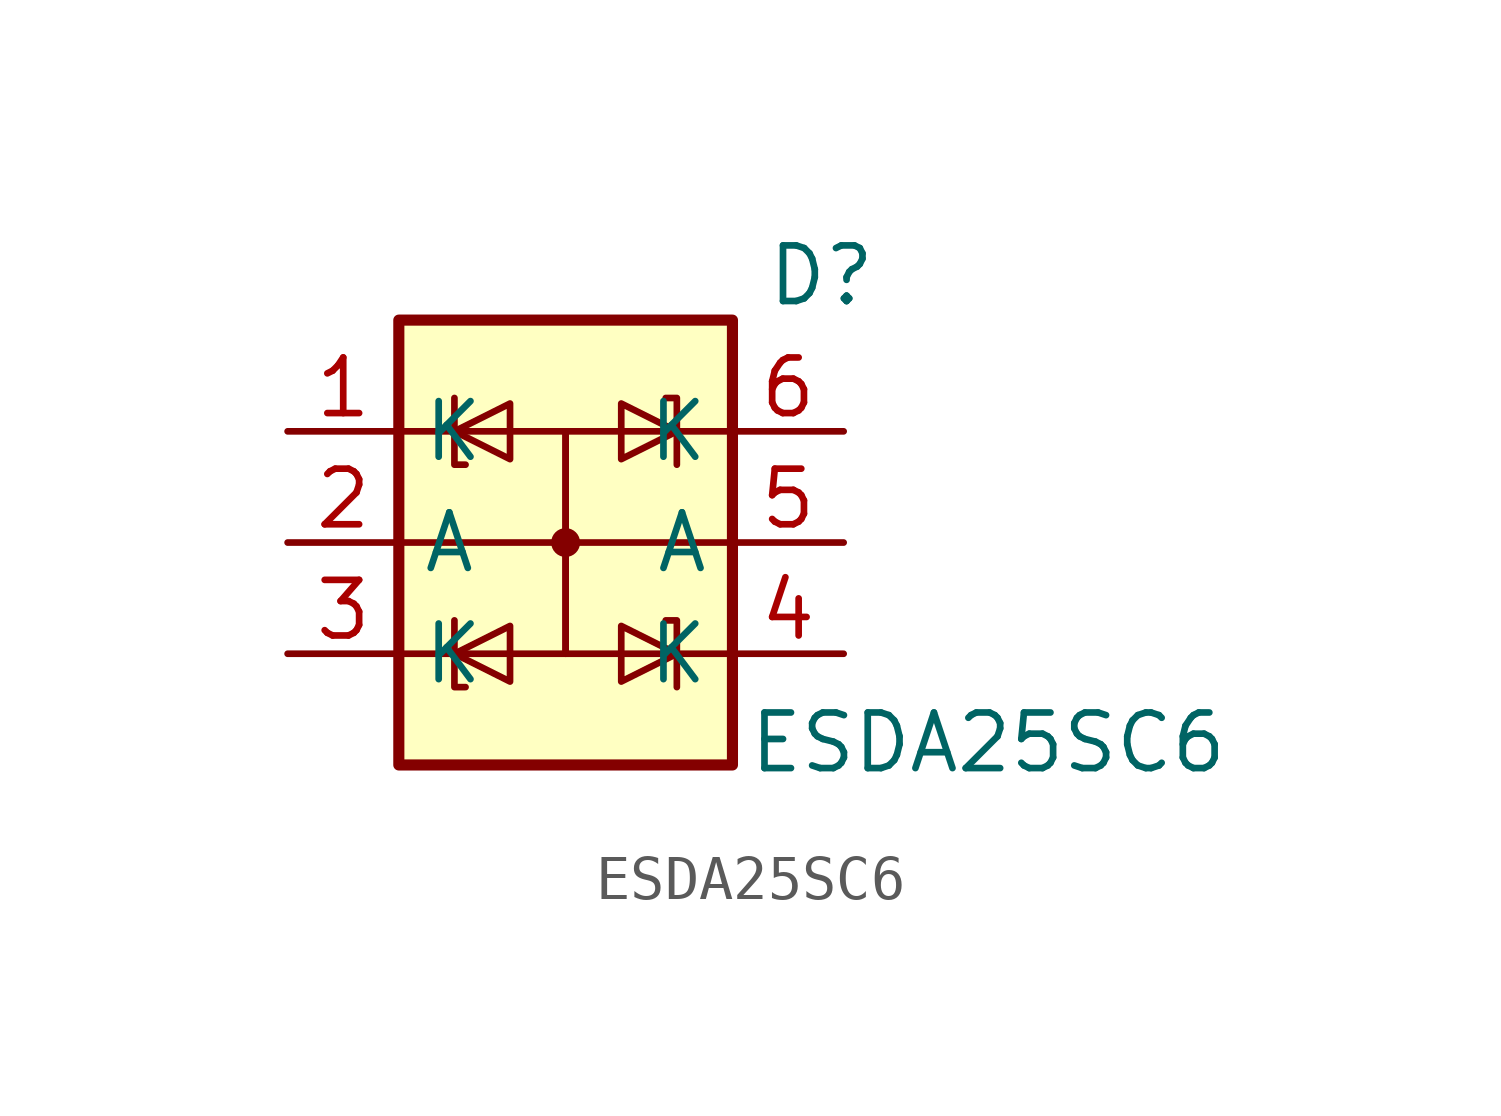
<source format=kicad_sym>
(kicad_symbol_lib
  (version 20231120)
  (generator "kicad_symbol_editor")
  (generator_version "8.0")
  (symbol "ESDA25SC6"
    (property "Reference" "D"
      (at 5.842 1.016 0)
      (effects (font (size 1.27 1.27))))
    (property "Value" "ESDA25SC6"
      (at 9.652 -9.652 0)
      (effects (font (size 1.27 1.27))))
    (symbol "ESDA25SC6_0_1"
      (rectangle (start -3.81 0) (end 3.81 -10.16) (stroke (width 0.254) (type default)) (fill (type background)))
      (circle (center 0 -5.08) (radius 0.254) (stroke (width 0) (type default)) (fill (type outline)))
      (polyline (pts (xy -3.81 -7.62) (xy -2.54 -7.62)) (stroke (width 0) (type default)) (fill (type none)))
      (polyline (pts (xy -3.81 -5.08) (xy 0 -5.08)) (stroke (width 0) (type default)) (fill (type none)))
      (polyline (pts (xy -3.81 -2.54) (xy -2.54 -2.54)) (stroke (width 0) (type default)) (fill (type none)))
      (polyline (pts (xy 3.81 -7.62) (xy 2.54 -7.62)) (stroke (width 0) (type default)) (fill (type none)))
      (polyline (pts (xy 3.81 -5.08) (xy 0 -5.08)) (stroke (width 0) (type default)) (fill (type none)))
      (polyline (pts (xy 3.81 -2.54) (xy 2.54 -2.54)) (stroke (width 0) (type default)) (fill (type none)))
      (polyline (pts (xy -2.54 -7.62) (xy -1.27 -6.985) (xy -1.27 -8.255) (xy -2.54 -7.62)) (stroke (width 0) (type default)) (fill (type none)))
      (polyline (pts (xy -2.54 -7.62) (xy 0 -7.62) (xy 0 -2.54) (xy -2.54 -2.54)) (stroke (width 0) (type default)) (fill (type none)))
      (polyline (pts (xy -2.54 -2.54) (xy -1.27 -3.175) (xy -1.27 -1.905) (xy -2.54 -2.54)) (stroke (width 0) (type default)) (fill (type none)))
      (polyline (pts (xy -2.286 -8.382) (xy -2.54 -8.382) (xy -2.54 -6.985) (xy -2.54 -6.858)) (stroke (width 0) (type default)) (fill (type none)))
      (polyline (pts (xy -2.286 -3.302) (xy -2.54 -3.302) (xy -2.54 -1.905) (xy -2.54 -1.778)) (stroke (width 0) (type default)) (fill (type none)))
      (polyline (pts (xy 2.286 -6.858) (xy 2.54 -6.858) (xy 2.54 -8.255) (xy 2.54 -8.382)) (stroke (width 0) (type default)) (fill (type none)))
      (polyline (pts (xy 2.286 -1.778) (xy 2.54 -1.778) (xy 2.54 -3.175) (xy 2.54 -3.302)) (stroke (width 0) (type default)) (fill (type none)))
      (polyline (pts (xy 2.54 -7.62) (xy 1.27 -6.985) (xy 1.27 -8.255) (xy 2.54 -7.62)) (stroke (width 0) (type default)) (fill (type none)))
      (polyline (pts (xy 2.54 -2.54) (xy 0 -2.54) (xy 0 -7.62) (xy 2.54 -7.62)) (stroke (width 0) (type default)) (fill (type none)))
      (polyline (pts (xy 2.54 -2.54) (xy 1.27 -3.175) (xy 1.27 -1.905) (xy 2.54 -2.54)) (stroke (width 0) (type default)) (fill (type none))))
    (symbol "ESDA25SC6_1_0"
      (pin passive line (at -6.35 -5.08 0) (length 2.54) (name "A" (effects (font (size 1.27 1.27)))) (number "2" (effects (font (size 1.27 1.27)))))
      (pin passive line (at 6.35 -5.08 180) (length 2.54) (name "A" (effects (font (size 1.27 1.27)))) (number "5" (effects (font (size 1.27 1.27))))))
    (symbol "ESDA25SC6_1_1"
      (pin passive line (at -6.35 -2.54 0) (length 2.54) (name "K" (effects (font (size 1.27 1.27)))) (number "1" (effects (font (size 1.27 1.27)))))
      (pin passive line (at -6.35 -7.62 0) (length 2.54) (name "K" (effects (font (size 1.27 1.27)))) (number "3" (effects (font (size 1.27 1.27)))))
      (pin passive line (at 6.35 -7.62 180) (length 2.54) (name "K" (effects (font (size 1.27 1.27)))) (number "4" (effects (font (size 1.27 1.27)))))
      (pin passive line (at 6.35 -2.54 180) (length 2.54) (name "K" (effects (font (size 1.27 1.27)))) (number "6" (effects (font (size 1.27 1.27))))))))
</source>
